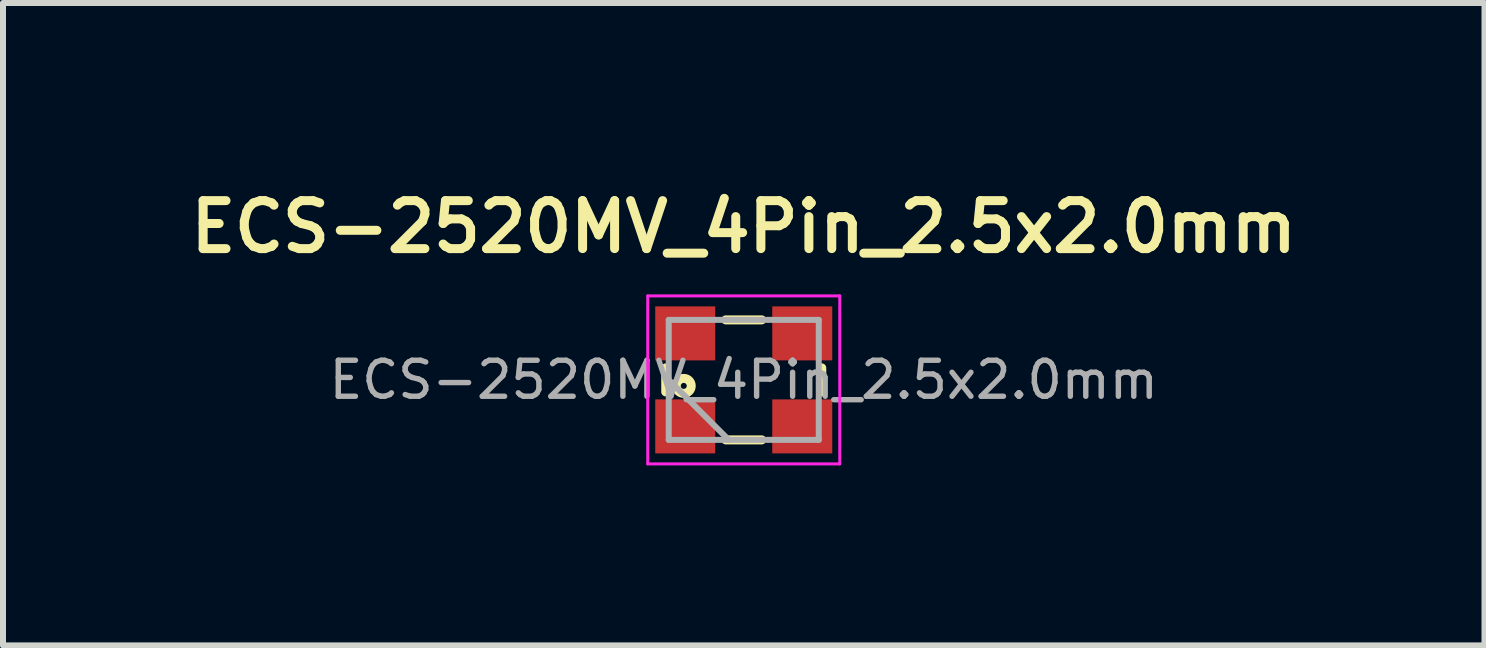
<source format=kicad_pcb>
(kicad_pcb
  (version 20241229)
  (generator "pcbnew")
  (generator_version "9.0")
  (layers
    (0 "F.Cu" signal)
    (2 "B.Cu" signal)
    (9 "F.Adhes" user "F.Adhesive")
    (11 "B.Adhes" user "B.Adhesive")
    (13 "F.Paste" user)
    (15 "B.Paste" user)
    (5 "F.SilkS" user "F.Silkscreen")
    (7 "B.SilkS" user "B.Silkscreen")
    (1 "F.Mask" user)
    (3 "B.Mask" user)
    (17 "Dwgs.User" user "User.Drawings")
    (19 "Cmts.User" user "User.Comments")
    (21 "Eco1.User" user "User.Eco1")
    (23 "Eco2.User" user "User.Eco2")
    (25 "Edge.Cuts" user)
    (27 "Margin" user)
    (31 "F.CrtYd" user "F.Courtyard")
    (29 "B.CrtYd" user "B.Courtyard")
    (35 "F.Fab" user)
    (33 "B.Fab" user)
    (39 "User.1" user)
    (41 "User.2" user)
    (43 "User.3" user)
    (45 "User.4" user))
  (footprint "ECS-2520MV_4Pin_2.5x2.0mm"
    (layer "F.Cu")
    (at 9.345 3.281)
    (property "Reference" "ECS-2520MV_4Pin_2.5x2.0mm" (at 0 -2.55 0) (layer "F.SilkS") (effects (font (size 0.8 0.8) (thickness 0.15))))
    (attr smd)
    (fp_line (start -1.3 -0.2) (end -1.3 0.2) (stroke (width 0.15) (type solid)) (layer "F.SilkS"))
    (fp_line (start -0.3 -1) (end 0.3 -1) (stroke (width 0.15) (type solid)) (layer "F.SilkS"))
    (fp_line (start -0.3 1) (end 0.3 1) (stroke (width 0.15) (type solid)) (layer "F.SilkS"))
    (fp_line (start 1.3 -0.2) (end 1.3 0.2) (stroke (width 0.15) (type solid)) (layer "F.SilkS"))
    (fp_circle (center -1 0.1) (end -0.95 0.1) (stroke (width 0.15) (type solid)) (fill no) (layer "F.SilkS"))
    (fp_line (start -1.6 -1.4) (end -1.6 1.4) (stroke (width 0.05) (type solid)) (layer "F.CrtYd"))
    (fp_line (start -1.6 1.4) (end 1.6 1.4) (stroke (width 0.05) (type solid)) (layer "F.CrtYd"))
    (fp_line (start 1.6 -1.4) (end -1.6 -1.4) (stroke (width 0.05) (type solid)) (layer "F.CrtYd"))
    (fp_line (start 1.6 1.4) (end 1.6 -1.4) (stroke (width 0.05) (type solid)) (layer "F.CrtYd"))
    (fp_line (start -1.25 -1) (end -1.25 1) (stroke (width 0.1) (type solid)) (layer "F.Fab"))
    (fp_line (start -1.25 1) (end 1.25 1) (stroke (width 0.1) (type solid)) (layer "F.Fab"))
    (fp_line (start -1.25 0) (end -0.25 1) (stroke (width 0.1) (type solid)) (layer "F.Fab"))
    (fp_line (start 1.25 -1) (end -1.25 -1) (stroke (width 0.1) (type solid)) (layer "F.Fab"))
    (fp_line (start 1.25 1) (end 1.25 -1) (stroke (width 0.1) (type solid)) (layer "F.Fab"))
    (fp_text user "${REFERENCE}" (at 0 0 0) (layer "F.Fab") (effects (font (size 0.6 0.6) (thickness 0.09))))
    (pad "1" smd rect (at -0.975 0.775) (size 1 0.9) (layers "F.Cu" "F.Mask" "F.Paste"))
    (pad "2" smd rect (at 0.975 0.775) (size 1 0.9) (layers "F.Cu" "F.Mask" "F.Paste"))
    (pad "3" smd rect (at 0.975 -0.775) (size 1 0.9) (layers "F.Cu" "F.Mask" "F.Paste"))
    (pad "4" smd rect (at -0.975 -0.775) (size 1 0.9) (layers "F.Cu" "F.Mask" "F.Paste")))
  (gr_rect
    (start -3 -3)
    (end 21.69 7.706)
    (stroke (width 0.1) (type default))
    (fill no)
    (layer "Edge.Cuts")))
</source>
